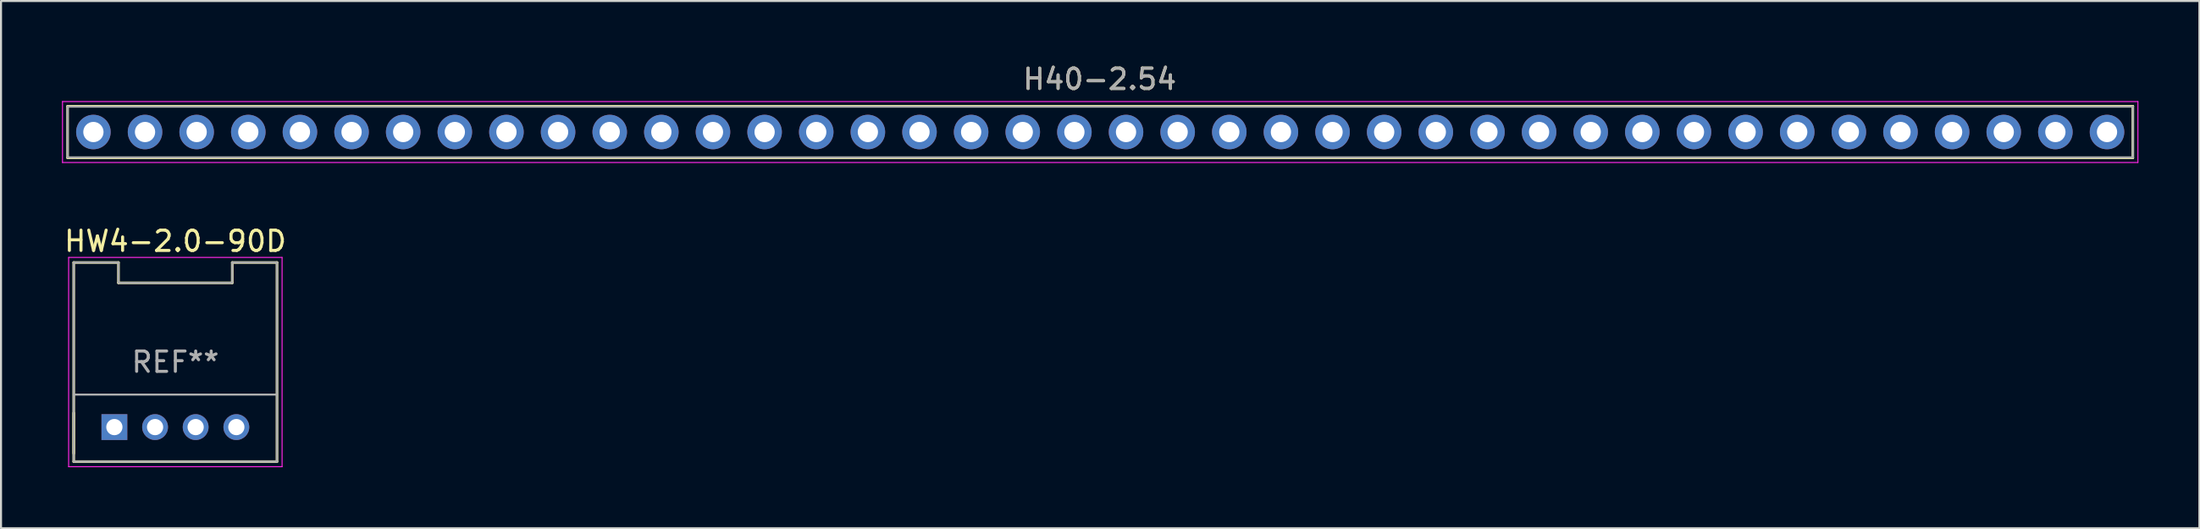
<source format=kicad_pcb>
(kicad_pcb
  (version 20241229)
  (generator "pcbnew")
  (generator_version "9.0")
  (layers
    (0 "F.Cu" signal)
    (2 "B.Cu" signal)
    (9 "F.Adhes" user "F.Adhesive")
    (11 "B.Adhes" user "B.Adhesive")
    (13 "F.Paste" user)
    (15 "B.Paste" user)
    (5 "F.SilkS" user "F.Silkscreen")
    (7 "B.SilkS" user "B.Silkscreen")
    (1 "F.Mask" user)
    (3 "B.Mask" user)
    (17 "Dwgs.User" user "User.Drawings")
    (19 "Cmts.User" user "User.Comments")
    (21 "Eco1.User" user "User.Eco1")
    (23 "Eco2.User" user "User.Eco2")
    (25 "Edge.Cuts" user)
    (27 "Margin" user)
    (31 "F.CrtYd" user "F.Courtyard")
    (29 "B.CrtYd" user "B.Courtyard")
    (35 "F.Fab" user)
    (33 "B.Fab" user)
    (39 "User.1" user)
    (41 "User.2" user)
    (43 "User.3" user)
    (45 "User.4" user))
  (footprint "H40-2.54"
    (layer "F.Cu")
    (at 51.075 3.448)
    (property "Reference" "H40-2.54" (at -0.025 -2.6 0) (layer "F.SilkS") (effects (font (size 1 1) (thickness 0.15))))
    (attr exclude_from_pos_files exclude_from_bom)
    (fp_line (start -50.8 -1.27) (end -50.8 1.27) (stroke (width 0.127) (type solid)) (layer "F.SilkS"))
    (fp_line (start -50.8 1.27) (end 50.8 1.27) (stroke (width 0.127) (type solid)) (layer "F.SilkS"))
    (fp_line (start 50.8 -1.27) (end -50.8 -1.27) (stroke (width 0.127) (type solid)) (layer "F.SilkS"))
    (fp_line (start 50.8 -1.27) (end 50.8 1.27) (stroke (width 0.127) (type solid)) (layer "F.SilkS"))
    (fp_line (start -51.05 -1.5) (end 51.05 -1.5) (stroke (width 0.05) (type solid)) (layer "F.CrtYd"))
    (fp_line (start -51.05 1.5) (end -51.05 -1.5) (stroke (width 0.05) (type solid)) (layer "F.CrtYd"))
    (fp_line (start 51.05 -1.5) (end 51.05 1.5) (stroke (width 0.05) (type solid)) (layer "F.CrtYd"))
    (fp_line (start 51.05 1.5) (end -51.05 1.5) (stroke (width 0.05) (type solid)) (layer "F.CrtYd"))
    (fp_line (start -50.8 -1.25) (end -50.8 1.25) (stroke (width 0.1) (type solid)) (layer "F.Fab"))
    (fp_line (start -50.8 -1.25) (end 50.8 -1.25) (stroke (width 0.1) (type solid)) (layer "F.Fab"))
    (fp_line (start -50.8 1.25) (end 50.8 1.25) (stroke (width 0.1) (type solid)) (layer "F.Fab"))
    (fp_line (start 50.8 -1.25) (end 50.8 1.25) (stroke (width 0.1) (type solid)) (layer "F.Fab"))
    (fp_text user "${REFERENCE}" (at -0.025 -2.6 0) (layer "F.Fab") (effects (font (size 1 1) (thickness 0.15))))
    (pad "" thru_hole circle (at -49.53 0 270) (size 1.699 1.699) (drill 0.998) (layers "*.Cu" "*.Mask"))
    (pad "" thru_hole circle (at -46.99 0 270) (size 1.699 1.699) (drill 0.998) (layers "*.Cu" "*.Mask"))
    (pad "" thru_hole circle (at -44.45 0 270) (size 1.699 1.699) (drill 0.998) (layers "*.Cu" "*.Mask"))
    (pad "" thru_hole circle (at -41.91 0 270) (size 1.699 1.699) (drill 0.998) (layers "*.Cu" "*.Mask"))
    (pad "" thru_hole circle (at -39.37 0 270) (size 1.699 1.699) (drill 0.998) (layers "*.Cu" "*.Mask"))
    (pad "" thru_hole circle (at -36.83 0 270) (size 1.699 1.699) (drill 0.998) (layers "*.Cu" "*.Mask"))
    (pad "" thru_hole circle (at -34.29 0 270) (size 1.699 1.699) (drill 0.998) (layers "*.Cu" "*.Mask"))
    (pad "" thru_hole circle (at -31.75 0 270) (size 1.699 1.699) (drill 0.998) (layers "*.Cu" "*.Mask"))
    (pad "" thru_hole circle (at -29.21 0 270) (size 1.699 1.699) (drill 0.998) (layers "*.Cu" "*.Mask"))
    (pad "" thru_hole circle (at -26.67 0 270) (size 1.699 1.699) (drill 0.998) (layers "*.Cu" "*.Mask"))
    (pad "" thru_hole circle (at -24.13 0 270) (size 1.699 1.699) (drill 0.998) (layers "*.Cu" "*.Mask"))
    (pad "" thru_hole circle (at -21.59 0 270) (size 1.699 1.699) (drill 0.998) (layers "*.Cu" "*.Mask"))
    (pad "" thru_hole circle (at -19.05 0 270) (size 1.699 1.699) (drill 0.998) (layers "*.Cu" "*.Mask"))
    (pad "" thru_hole circle (at -16.51 0 270) (size 1.699 1.699) (drill 0.998) (layers "*.Cu" "*.Mask"))
    (pad "" thru_hole circle (at -13.97 0 270) (size 1.699 1.699) (drill 0.998) (layers "*.Cu" "*.Mask"))
    (pad "" thru_hole circle (at -11.43 0 270) (size 1.699 1.699) (drill 0.998) (layers "*.Cu" "*.Mask"))
    (pad "" thru_hole circle (at -8.89 0 270) (size 1.699 1.699) (drill 0.998) (layers "*.Cu" "*.Mask"))
    (pad "" thru_hole circle (at -6.35 0 270) (size 1.699 1.699) (drill 0.998) (layers "*.Cu" "*.Mask"))
    (pad "" thru_hole circle (at -3.81 0 270) (size 1.699 1.699) (drill 0.998) (layers "*.Cu" "*.Mask"))
    (pad "" thru_hole circle (at -1.27 0 270) (size 1.699 1.699) (drill 0.998) (layers "*.Cu" "*.Mask"))
    (pad "" thru_hole circle (at 1.27 0 270) (size 1.699 1.699) (drill 0.998) (layers "*.Cu" "*.Mask"))
    (pad "" thru_hole circle (at 3.81 0 270) (size 1.699 1.699) (drill 0.998) (layers "*.Cu" "*.Mask"))
    (pad "" thru_hole circle (at 6.35 0 270) (size 1.699 1.699) (drill 0.998) (layers "*.Cu" "*.Mask"))
    (pad "" thru_hole circle (at 8.89 0 270) (size 1.699 1.699) (drill 0.998) (layers "*.Cu" "*.Mask"))
    (pad "" thru_hole circle (at 11.43 0 270) (size 1.699 1.699) (drill 0.998) (layers "*.Cu" "*.Mask"))
    (pad "" thru_hole circle (at 13.97 0 270) (size 1.699 1.699) (drill 0.998) (layers "*.Cu" "*.Mask"))
    (pad "" thru_hole circle (at 16.51 0 270) (size 1.699 1.699) (drill 0.998) (layers "*.Cu" "*.Mask"))
    (pad "" thru_hole circle (at 19.05 0 270) (size 1.699 1.699) (drill 0.998) (layers "*.Cu" "*.Mask"))
    (pad "" thru_hole circle (at 21.59 0 270) (size 1.699 1.699) (drill 0.998) (layers "*.Cu" "*.Mask"))
    (pad "" thru_hole circle (at 24.13 0 270) (size 1.699 1.699) (drill 0.998) (layers "*.Cu" "*.Mask"))
    (pad "" thru_hole circle (at 26.67 0 270) (size 1.699 1.699) (drill 0.998) (layers "*.Cu" "*.Mask"))
    (pad "" thru_hole circle (at 29.21 0 270) (size 1.699 1.699) (drill 0.998) (layers "*.Cu" "*.Mask"))
    (pad "" thru_hole circle (at 31.75 0 270) (size 1.699 1.699) (drill 0.998) (layers "*.Cu" "*.Mask"))
    (pad "" thru_hole circle (at 34.29 0 270) (size 1.699 1.699) (drill 0.998) (layers "*.Cu" "*.Mask"))
    (pad "" thru_hole circle (at 36.83 0 270) (size 1.699 1.699) (drill 0.998) (layers "*.Cu" "*.Mask"))
    (pad "" thru_hole circle (at 39.37 0 270) (size 1.699 1.699) (drill 0.998) (layers "*.Cu" "*.Mask"))
    (pad "" thru_hole circle (at 41.91 0 270) (size 1.699 1.699) (drill 0.998) (layers "*.Cu" "*.Mask"))
    (pad "" thru_hole circle (at 44.45 0 270) (size 1.699 1.699) (drill 0.998) (layers "*.Cu" "*.Mask"))
    (pad "" thru_hole circle (at 46.99 0 270) (size 1.699 1.699) (drill 0.998) (layers "*.Cu" "*.Mask"))
    (pad "" thru_hole circle (at 49.53 0 270) (size 1.699 1.699) (drill 0.998) (layers "*.Cu" "*.Mask")))
  (footprint "HW4-2.0-90D"
    (layer "F.Cu")
    (at 5.577 14.771)
    (property "Reference" "HW4-2.0-90D" (at 0 -5.95 0) (layer "F.SilkS") (effects (font (size 1 1) (thickness 0.15))))
    (attr exclude_from_pos_files exclude_from_bom)
    (fp_line (start -5.001 -4.9) (end -2.8 -4.9) (stroke (width 0.127) (type solid)) (layer "F.SilkS"))
    (fp_line (start -5 -4.9) (end -5 4.9) (stroke (width 0.127) (type solid)) (layer "F.SilkS"))
    (fp_line (start -4.999 2.502) (end -4.999 4.498) (stroke (width 0.127) (type solid)) (layer "F.SilkS"))
    (fp_line (start -2.8 -4.9) (end -2.8 -3.899) (stroke (width 0.127) (type solid)) (layer "F.SilkS"))
    (fp_line (start -2.799 -3.9) (end 2.799 -3.9) (stroke (width 0.127) (type solid)) (layer "F.SilkS"))
    (fp_line (start 2.799 -4.9) (end 5 -4.9) (stroke (width 0.127) (type solid)) (layer "F.SilkS"))
    (fp_line (start 2.799 -3.899) (end 2.799 -4.9) (stroke (width 0.127) (type solid)) (layer "F.SilkS"))
    (fp_line (start 5 -4.9) (end 5 4.9) (stroke (width 0.127) (type solid)) (layer "F.SilkS"))
    (fp_line (start 5 4.9) (end -5 4.9) (stroke (width 0.127) (type solid)) (layer "F.SilkS"))
    (fp_line (start -5.25 -5.15) (end -5.25 5.15) (stroke (width 0.05) (type solid)) (layer "F.CrtYd"))
    (fp_line (start -5.25 5.15) (end 5.25 5.15) (stroke (width 0.05) (type solid)) (layer "F.CrtYd"))
    (fp_line (start 5.25 -5.15) (end -5.25 -5.15) (stroke (width 0.05) (type solid)) (layer "F.CrtYd"))
    (fp_line (start 5.25 5.15) (end 5.25 -5.15) (stroke (width 0.05) (type solid)) (layer "F.CrtYd"))
    (fp_line (start -5 -4.9) (end -2.799 -4.9) (stroke (width 0.1) (type solid)) (layer "F.Fab"))
    (fp_line (start -5 1.6) (end 5 1.6) (stroke (width 0.1) (type solid)) (layer "F.Fab"))
    (fp_line (start -5 4.9) (end -5 -4.9) (stroke (width 0.1) (type solid)) (layer "F.Fab"))
    (fp_line (start -5 4.9) (end 5 4.9) (stroke (width 0.1) (type solid)) (layer "F.Fab"))
    (fp_line (start -2.799 -4.9) (end -2.799 -3.899) (stroke (width 0.1) (type solid)) (layer "F.Fab"))
    (fp_line (start -2.799 -3.899) (end 2.799 -3.899) (stroke (width 0.1) (type solid)) (layer "F.Fab"))
    (fp_line (start 2.799 -4.9) (end 5 -4.9) (stroke (width 0.1) (type solid)) (layer "F.Fab"))
    (fp_line (start 2.799 -3.899) (end 2.799 -4.9) (stroke (width 0.1) (type solid)) (layer "F.Fab"))
    (fp_line (start 5 4.9) (end 5 -4.9) (stroke (width 0.1) (type solid)) (layer "F.Fab"))
    (fp_text user "REF**" (at 0 0 0) (layer "F.Fab") (effects (font (size 1 1) (thickness 0.15))))
    (pad "1" thru_hole rect (at -3 3.2) (size 1.27 1.27) (drill 0.798) (layers "*.Cu" "*.Mask"))
    (pad "2" thru_hole circle (at -0.998 3.2) (size 1.27 1.27) (drill 0.798) (layers "*.Cu" "*.Mask"))
    (pad "3" thru_hole circle (at 0.998 3.2) (size 1.27 1.27) (drill 0.798) (layers "*.Cu" "*.Mask"))
    (pad "4" thru_hole circle (at 3 3.2) (size 1.27 1.27) (drill 0.798) (layers "*.Cu" "*.Mask")))
  (gr_rect
    (start -3 -3)
    (end 105.15 22.947)
    (stroke (width 0.1) (type default))
    (fill no)
    (layer "Edge.Cuts")))
</source>
